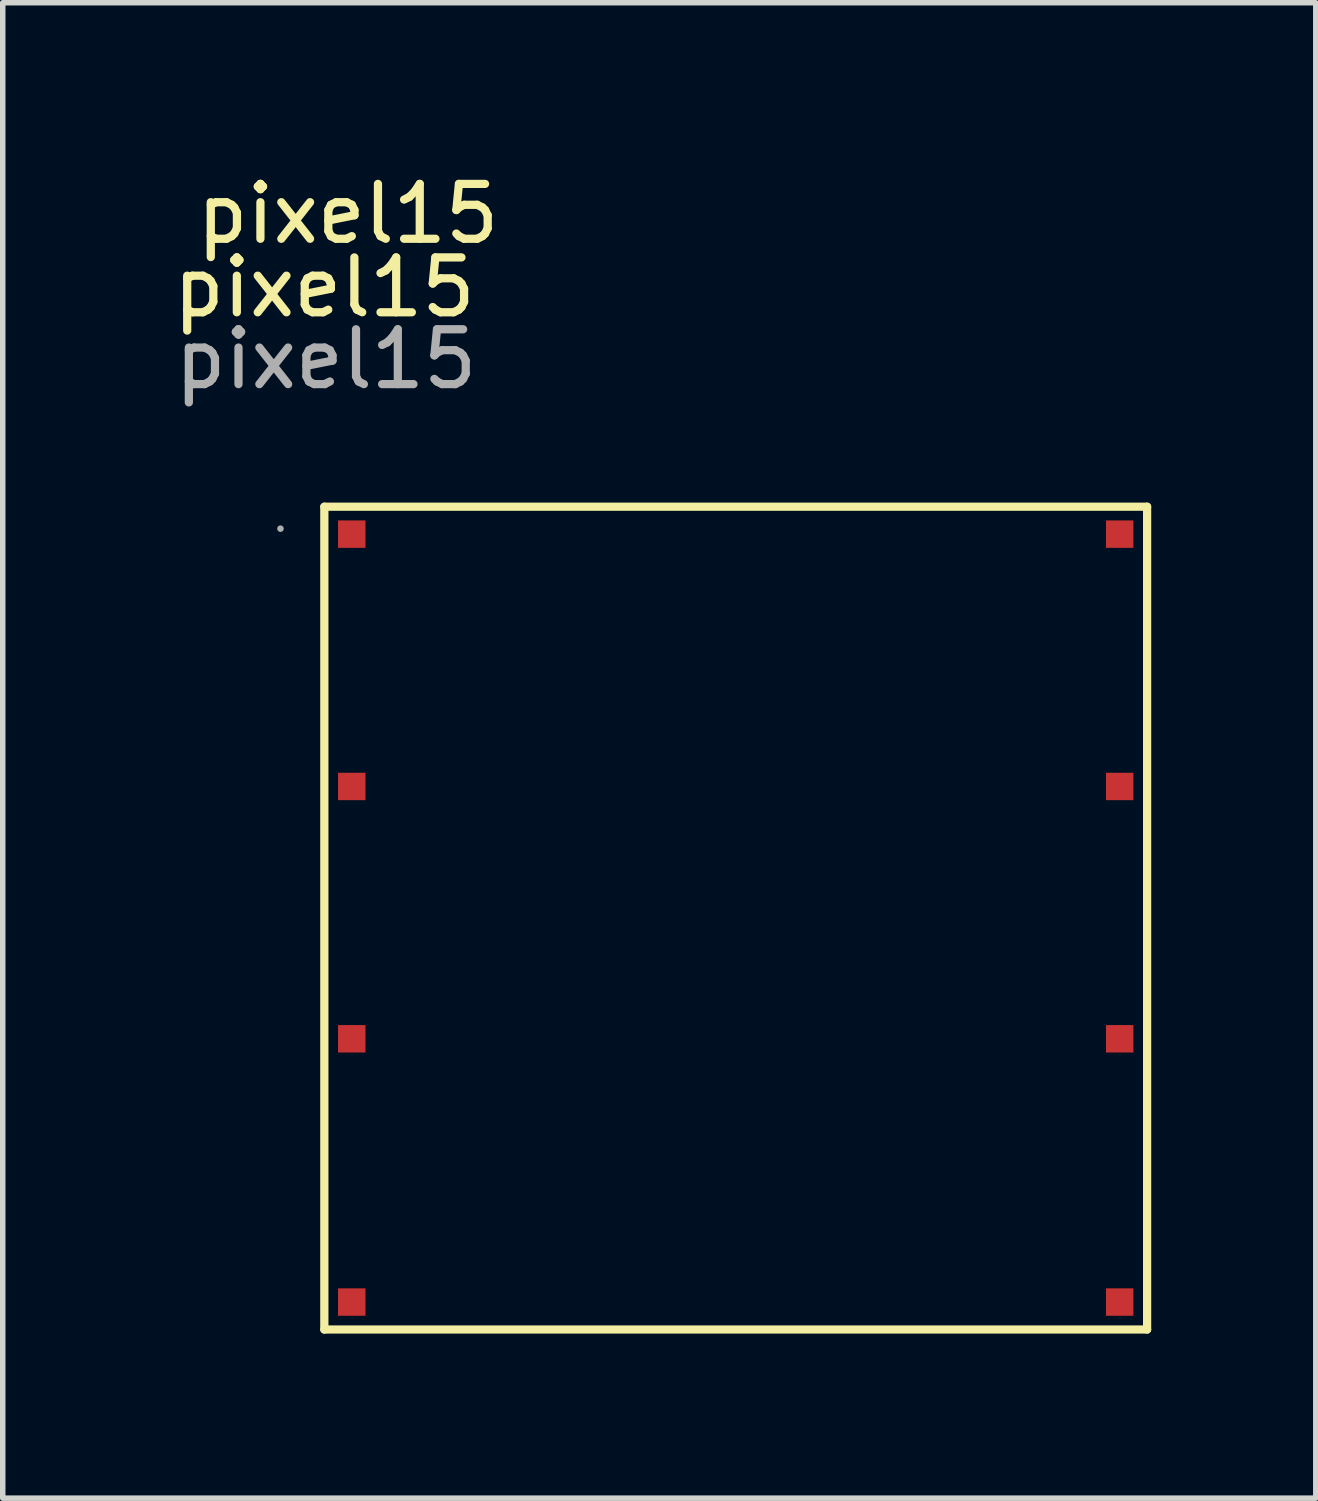
<source format=kicad_pcb>
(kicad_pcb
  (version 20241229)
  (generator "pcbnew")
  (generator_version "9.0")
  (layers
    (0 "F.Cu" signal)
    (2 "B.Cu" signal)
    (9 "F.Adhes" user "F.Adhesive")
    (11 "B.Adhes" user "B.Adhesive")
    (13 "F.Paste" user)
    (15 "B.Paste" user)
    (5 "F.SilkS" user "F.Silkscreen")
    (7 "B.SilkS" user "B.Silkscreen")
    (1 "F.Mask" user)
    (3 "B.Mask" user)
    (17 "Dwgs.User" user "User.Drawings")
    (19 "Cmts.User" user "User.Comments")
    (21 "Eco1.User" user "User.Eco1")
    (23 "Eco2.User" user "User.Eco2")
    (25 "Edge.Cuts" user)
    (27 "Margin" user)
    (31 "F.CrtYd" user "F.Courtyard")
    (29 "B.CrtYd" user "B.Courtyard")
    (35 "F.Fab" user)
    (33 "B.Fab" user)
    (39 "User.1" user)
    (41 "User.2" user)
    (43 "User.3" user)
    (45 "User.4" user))
  (footprint "pixel15"
    (layer "F.Cu")
    (at 2.863 6.188)
    (property "Reference" "pixel15" (at 0.43 -5.34 0) (layer "F.SilkS") (effects (font (size 1 1) (thickness 0.15))))
    (attr smd)
    (fp_line (start 0 0) (end 0 15) (stroke (width 0.15) (type solid)) (layer "F.SilkS"))
    (fp_line (start 0 0) (end 15 0) (stroke (width 0.15) (type solid)) (layer "F.SilkS"))
    (fp_line (start 0 15) (end 15 15) (stroke (width 0.15) (type solid)) (layer "F.SilkS"))
    (fp_line (start 15 0) (end 15 15) (stroke (width 0.15) (type solid)) (layer "F.SilkS"))
    (fp_circle (center -0.8 0.4) (end -0.77 0.4) (stroke (width 0.06) (type solid)) (fill no) (layer "F.Fab"))
    (fp_text user "${REFERENCE}" (at 0 -4 0) (layer "F.SilkS") (effects (font (size 1 1) (thickness 0.15))))
    (fp_text user "${REFERENCE}" (at 0.03 -2.69 0) (layer "F.Fab") (effects (font (size 1 1) (thickness 0.15))))
    (pad "1" smd rect (at 0.5 0.5) (size 0.5 0.5) (layers "F.Cu" "F.Mask" "F.Paste"))
    (pad "2" smd rect (at 0.5 5.1) (size 0.5 0.5) (layers "F.Cu" "F.Mask" "F.Paste"))
    (pad "3" smd rect (at 0.5 9.7) (size 0.5 0.5) (layers "F.Cu" "F.Mask" "F.Paste"))
    (pad "4" smd rect (at 0.5 14.5) (size 0.5 0.5) (layers "F.Cu" "F.Mask" "F.Paste"))
    (pad "5" smd rect (at 14.5 0.5) (size 0.5 0.5) (layers "F.Cu" "F.Mask" "F.Paste"))
    (pad "6" smd rect (at 14.5 5.1) (size 0.5 0.5) (layers "F.Cu" "F.Mask" "F.Paste"))
    (pad "7" smd rect (at 14.5 9.7) (size 0.5 0.5) (layers "F.Cu" "F.Mask" "F.Paste"))
    (pad "8" smd rect (at 14.5 14.5) (size 0.5 0.5) (layers "F.Cu" "F.Mask" "F.Paste")))
  (gr_rect
    (start -3 -3)
    (end 20.938 24.263)
    (stroke (width 0.1) (type default))
    (fill no)
    (layer "Edge.Cuts")))
</source>
